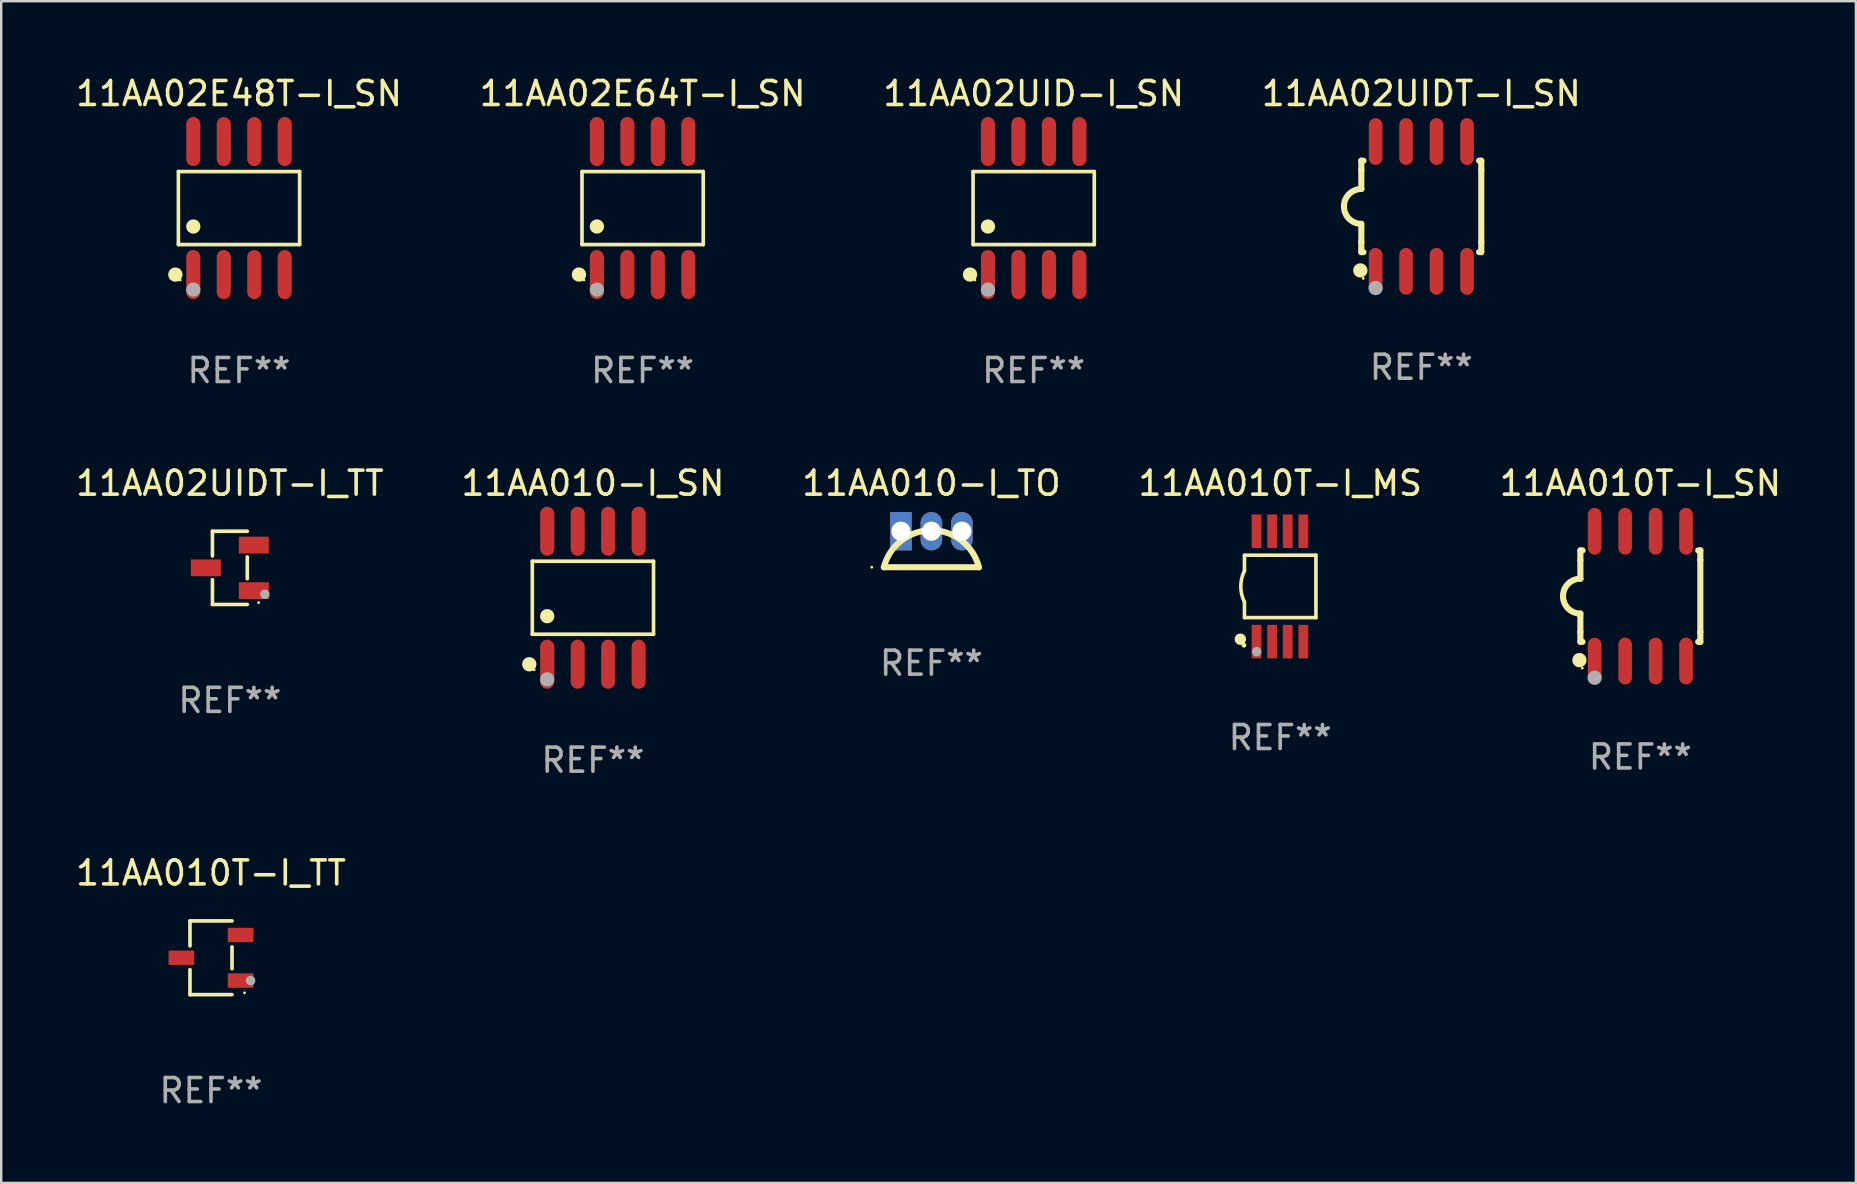
<source format=kicad_pcb>
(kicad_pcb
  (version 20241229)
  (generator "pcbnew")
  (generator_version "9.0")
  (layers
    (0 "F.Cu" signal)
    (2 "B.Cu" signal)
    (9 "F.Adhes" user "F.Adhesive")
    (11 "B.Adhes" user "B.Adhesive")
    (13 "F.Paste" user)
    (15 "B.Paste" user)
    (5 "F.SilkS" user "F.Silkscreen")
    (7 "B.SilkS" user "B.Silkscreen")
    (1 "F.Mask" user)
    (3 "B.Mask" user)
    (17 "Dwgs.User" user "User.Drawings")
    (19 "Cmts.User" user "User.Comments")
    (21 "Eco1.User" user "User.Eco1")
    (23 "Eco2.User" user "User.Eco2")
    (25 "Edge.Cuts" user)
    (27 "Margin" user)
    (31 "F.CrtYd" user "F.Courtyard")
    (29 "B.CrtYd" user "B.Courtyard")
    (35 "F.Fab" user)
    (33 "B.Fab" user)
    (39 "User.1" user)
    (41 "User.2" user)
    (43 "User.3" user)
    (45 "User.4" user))
  (footprint "11AA02E48T-I_SN"
    (layer "F.Cu")
    (at 6.911 5.621)
    (property "Reference" "11AA02E48T-I_SN" (at 0 -4.772 0) (layer "F.SilkS") (effects (font (size 1 1) (thickness 0.15))))
    (attr through_hole)
    (fp_line (start -2.526 -1.521) (end 2.526 -1.521) (stroke (width 0.152) (type solid)) (layer "F.SilkS"))
    (fp_line (start -2.526 1.521) (end -2.526 -1.521) (stroke (width 0.152) (type solid)) (layer "F.SilkS"))
    (fp_line (start 2.526 -1.521) (end 2.526 1.521) (stroke (width 0.152) (type solid)) (layer "F.SilkS"))
    (fp_line (start 2.526 1.521) (end -2.526 1.521) (stroke (width 0.152) (type solid)) (layer "F.SilkS"))
    (fp_circle (center -2.652 2.772) (end -2.501 2.772) (stroke (width 0.3) (type solid)) (fill no) (layer "F.SilkS"))
    (fp_circle (center -2.45 3) (end -2.42 3) (stroke (width 0.06) (type solid)) (fill no) (layer "F.SilkS"))
    (fp_circle (center -1.905 0.769) (end -1.755 0.769) (stroke (width 0.3) (type solid)) (fill no) (layer "F.SilkS"))
    (fp_circle (center -1.905 3.4) (end -1.755 3.4) (stroke (width 0.3) (type solid)) (fill no) (layer "F.Fab"))
    (fp_text user "REF**" (at 0 6.772 0) (layer "F.Fab") (effects (font (size 1 1) (thickness 0.15))))
    (pad "1" smd oval (at -1.905 2.772) (size 0.588 2.045) (layers "F.Cu" "F.Mask" "F.Paste"))
    (pad "2" smd oval (at -0.635 2.772) (size 0.588 2.045) (layers "F.Cu" "F.Mask" "F.Paste"))
    (pad "3" smd oval (at 0.635 2.772) (size 0.588 2.045) (layers "F.Cu" "F.Mask" "F.Paste"))
    (pad "4" smd oval (at 1.905 2.772) (size 0.588 2.045) (layers "F.Cu" "F.Mask" "F.Paste"))
    (pad "5" smd oval (at 1.905 -2.772) (size 0.588 2.045) (layers "F.Cu" "F.Mask" "F.Paste"))
    (pad "6" smd oval (at 0.635 -2.772) (size 0.588 2.045) (layers "F.Cu" "F.Mask" "F.Paste"))
    (pad "7" smd oval (at -0.635 -2.772) (size 0.588 2.045) (layers "F.Cu" "F.Mask" "F.Paste"))
    (pad "8" smd oval (at -1.905 -2.772) (size 0.588 2.045) (layers "F.Cu" "F.Mask" "F.Paste")))
  (footprint "11AA010T-I_SN"
    (layer "F.Cu")
    (at 65.315 21.795)
    (property "Reference" "11AA010T-I_SN" (at 0 -4.705 0) (layer "F.SilkS") (effects (font (size 1 1) (thickness 0.15))))
    (attr through_hole)
    (fp_line (start -2.5 -1.905) (end -2.409 -1.905) (stroke (width 0.254) (type solid)) (layer "F.SilkS"))
    (fp_line (start -2.5 -1.5) (end -2.5 -1.905) (stroke (width 0.254) (type solid)) (layer "F.SilkS"))
    (fp_line (start -2.5 -1.5) (end -2.5 -0.726) (stroke (width 0.254) (type solid)) (layer "F.SilkS"))
    (fp_line (start -2.5 1.5) (end -2.5 0.727) (stroke (width 0.254) (type solid)) (layer "F.SilkS"))
    (fp_line (start -2.5 1.5) (end -2.5 1.905) (stroke (width 0.254) (type solid)) (layer "F.SilkS"))
    (fp_line (start -2.5 1.905) (end -2.409 1.905) (stroke (width 0.254) (type solid)) (layer "F.SilkS"))
    (fp_line (start 2.5 -1.905) (end 2.409 -1.905) (stroke (width 0.254) (type solid)) (layer "F.SilkS"))
    (fp_line (start 2.5 -1.5) (end 2.5 -1.905) (stroke (width 0.254) (type solid)) (layer "F.SilkS"))
    (fp_line (start 2.5 -1.5) (end 2.5 1.5) (stroke (width 0.254) (type solid)) (layer "F.SilkS"))
    (fp_line (start 2.5 1.5) (end 2.5 1.905) (stroke (width 0.254) (type solid)) (layer "F.SilkS"))
    (fp_line (start 2.5 1.905) (end 2.409 1.905) (stroke (width 0.254) (type solid)) (layer "F.SilkS"))
    (fp_arc (start -2.5 0.726568) (mid -3.220316 -0.0023) (end -2.495097 -0.726289) (stroke (width 0.254001) (type solid)) (layer "F.SilkS"))
    (fp_circle (center -2.54 2.667) (end -2.39 2.667) (stroke (width 0.3) (type solid)) (fill no) (layer "F.SilkS"))
    (fp_circle (center -2.42 3) (end -2.39 3) (stroke (width 0.06) (type solid)) (fill no) (layer "F.SilkS"))
    (fp_circle (center -1.905 3.4) (end -1.755 3.4) (stroke (width 0.3) (type solid)) (fill no) (layer "F.Fab"))
    (fp_text user "REF**" (at 0 6.705 0) (layer "F.Fab") (effects (font (size 1 1) (thickness 0.15))))
    (pad "1" smd oval (at -1.905 2.705) (size 0.568 1.95) (layers "F.Cu" "F.Mask" "F.Paste"))
    (pad "2" smd oval (at -0.635 2.705) (size 0.568 1.95) (layers "F.Cu" "F.Mask" "F.Paste"))
    (pad "3" smd oval (at 0.635 2.705) (size 0.568 1.95) (layers "F.Cu" "F.Mask" "F.Paste"))
    (pad "4" smd oval (at 1.905 2.705) (size 0.568 1.95) (layers "F.Cu" "F.Mask" "F.Paste"))
    (pad "5" smd oval (at 1.905 -2.705) (size 0.568 1.95) (layers "F.Cu" "F.Mask" "F.Paste"))
    (pad "6" smd oval (at 0.635 -2.705) (size 0.568 1.95) (layers "F.Cu" "F.Mask" "F.Paste"))
    (pad "7" smd oval (at -0.635 -2.705) (size 0.568 1.95) (layers "F.Cu" "F.Mask" "F.Paste"))
    (pad "8" smd oval (at -1.905 -2.705) (size 0.568 1.95) (layers "F.Cu" "F.Mask" "F.Paste")))
  (footprint "11AA010-I_TO"
    (layer "F.Cu")
    (at 35.768 19.84)
    (property "Reference" "11AA010-I_TO" (at 0 -2.75 0) (layer "F.SilkS") (effects (font (size 1 1) (thickness 0.15))))
    (attr through_hole)
    (fp_line (start 1.98 0.75) (end -1.98 0.75) (stroke (width 0.254) (type solid)) (layer "F.SilkS"))
    (fp_arc (start -1.981204 0.751206) (mid 0 -0.789989) (end 1.981204 0.751207) (stroke (width 0.254001) (type solid)) (layer "F.SilkS"))
    (fp_circle (center -2.484 0.75) (end -2.454 0.75) (stroke (width 0.06) (type solid)) (fill no) (layer "F.SilkS"))
    (fp_text user "REF**" (at 0 4.75 0) (layer "F.Fab") (effects (font (size 1 1) (thickness 0.15))))
    (pad "1" thru_hole rect (at -1.27 -0.75) (size 0.9 1.6) (drill 0.8) (layers "*.Cu" "*.Mask"))
    (pad "2" thru_hole oval (at 0 -0.75) (size 0.9 1.6) (drill 0.8) (layers "*.Cu" "*.Mask"))
    (pad "3" thru_hole oval (at 1.27 -0.75) (size 0.9 1.6) (drill 0.8) (layers "*.Cu" "*.Mask")))
  (footprint "11AA02E64T-I_SN"
    (layer "F.Cu")
    (at 23.732 5.621)
    (property "Reference" "11AA02E64T-I_SN" (at 0 -4.772 0) (layer "F.SilkS") (effects (font (size 1 1) (thickness 0.15))))
    (attr through_hole)
    (fp_line (start -2.526 -1.521) (end 2.526 -1.521) (stroke (width 0.152) (type solid)) (layer "F.SilkS"))
    (fp_line (start -2.526 1.521) (end -2.526 -1.521) (stroke (width 0.152) (type solid)) (layer "F.SilkS"))
    (fp_line (start 2.526 -1.521) (end 2.526 1.521) (stroke (width 0.152) (type solid)) (layer "F.SilkS"))
    (fp_line (start 2.526 1.521) (end -2.526 1.521) (stroke (width 0.152) (type solid)) (layer "F.SilkS"))
    (fp_circle (center -2.652 2.772) (end -2.501 2.772) (stroke (width 0.3) (type solid)) (fill no) (layer "F.SilkS"))
    (fp_circle (center -2.45 3) (end -2.42 3) (stroke (width 0.06) (type solid)) (fill no) (layer "F.SilkS"))
    (fp_circle (center -1.905 0.769) (end -1.755 0.769) (stroke (width 0.3) (type solid)) (fill no) (layer "F.SilkS"))
    (fp_circle (center -1.905 3.4) (end -1.755 3.4) (stroke (width 0.3) (type solid)) (fill no) (layer "F.Fab"))
    (fp_text user "REF**" (at 0 6.772 0) (layer "F.Fab") (effects (font (size 1 1) (thickness 0.15))))
    (pad "1" smd oval (at -1.905 2.772) (size 0.588 2.045) (layers "F.Cu" "F.Mask" "F.Paste"))
    (pad "2" smd oval (at -0.635 2.772) (size 0.588 2.045) (layers "F.Cu" "F.Mask" "F.Paste"))
    (pad "3" smd oval (at 0.635 2.772) (size 0.588 2.045) (layers "F.Cu" "F.Mask" "F.Paste"))
    (pad "4" smd oval (at 1.905 2.772) (size 0.588 2.045) (layers "F.Cu" "F.Mask" "F.Paste"))
    (pad "5" smd oval (at 1.905 -2.772) (size 0.588 2.045) (layers "F.Cu" "F.Mask" "F.Paste"))
    (pad "6" smd oval (at 0.635 -2.772) (size 0.588 2.045) (layers "F.Cu" "F.Mask" "F.Paste"))
    (pad "7" smd oval (at -0.635 -2.772) (size 0.588 2.045) (layers "F.Cu" "F.Mask" "F.Paste"))
    (pad "8" smd oval (at -1.905 -2.772) (size 0.588 2.045) (layers "F.Cu" "F.Mask" "F.Paste")))
  (footprint "11AA010T-I_TT"
    (layer "F.Cu")
    (at 5.744 36.867)
    (property "Reference" "11AA010T-I_TT" (at 0 -3.536 0) (layer "F.SilkS") (effects (font (size 1 1) (thickness 0.15))))
    (attr through_hole)
    (fp_line (start -0.876 -1.536) (end -0.876 -0.495) (stroke (width 0.152) (type solid)) (layer "F.SilkS"))
    (fp_line (start -0.876 1.536) (end -0.876 0.495) (stroke (width 0.152) (type solid)) (layer "F.SilkS"))
    (fp_line (start 0.876 -1.536) (end -0.876 -1.536) (stroke (width 0.152) (type solid)) (layer "F.SilkS"))
    (fp_line (start 0.876 -0.455) (end 0.876 0.455) (stroke (width 0.152) (type solid)) (layer "F.SilkS"))
    (fp_line (start 0.876 1.536) (end -0.876 1.536) (stroke (width 0.152) (type solid)) (layer "F.SilkS"))
    (fp_circle (center 1.4 1.46) (end 1.43 1.46) (stroke (width 0.06) (type solid)) (fill no) (layer "F.SilkS"))
    (fp_circle (center 1.651 0.95) (end 1.751 0.95) (stroke (width 0.2) (type solid)) (fill no) (layer "F.Fab"))
    (fp_text user "REF**" (at 0 5.536 0) (layer "F.Fab") (effects (font (size 1 1) (thickness 0.15))))
    (pad "1" smd rect (at 1.235 0.95) (size 1.07 0.6) (layers "F.Cu" "F.Mask" "F.Paste"))
    (pad "2" smd rect (at 1.235 -0.95) (size 1.07 0.6) (layers "F.Cu" "F.Mask" "F.Paste"))
    (pad "3" smd rect (at -1.235 0) (size 1.07 0.6) (layers "F.Cu" "F.Mask" "F.Paste")))
  (footprint "11AA010-I_SN"
    (layer "F.Cu")
    (at 21.661 21.862)
    (property "Reference" "11AA010-I_SN" (at 0 -4.772 0) (layer "F.SilkS") (effects (font (size 1 1) (thickness 0.15))))
    (attr through_hole)
    (fp_line (start -2.526 -1.521) (end 2.526 -1.521) (stroke (width 0.152) (type solid)) (layer "F.SilkS"))
    (fp_line (start -2.526 1.521) (end -2.526 -1.521) (stroke (width 0.152) (type solid)) (layer "F.SilkS"))
    (fp_line (start 2.526 -1.521) (end 2.526 1.521) (stroke (width 0.152) (type solid)) (layer "F.SilkS"))
    (fp_line (start 2.526 1.521) (end -2.526 1.521) (stroke (width 0.152) (type solid)) (layer "F.SilkS"))
    (fp_circle (center -2.652 2.772) (end -2.501 2.772) (stroke (width 0.3) (type solid)) (fill no) (layer "F.SilkS"))
    (fp_circle (center -2.45 3) (end -2.42 3) (stroke (width 0.06) (type solid)) (fill no) (layer "F.SilkS"))
    (fp_circle (center -1.905 0.769) (end -1.755 0.769) (stroke (width 0.3) (type solid)) (fill no) (layer "F.SilkS"))
    (fp_circle (center -1.905 3.4) (end -1.755 3.4) (stroke (width 0.3) (type solid)) (fill no) (layer "F.Fab"))
    (fp_text user "REF**" (at 0 6.772 0) (layer "F.Fab") (effects (font (size 1 1) (thickness 0.15))))
    (pad "1" smd oval (at -1.905 2.772) (size 0.588 2.045) (layers "F.Cu" "F.Mask" "F.Paste"))
    (pad "2" smd oval (at -0.635 2.772) (size 0.588 2.045) (layers "F.Cu" "F.Mask" "F.Paste"))
    (pad "3" smd oval (at 0.635 2.772) (size 0.588 2.045) (layers "F.Cu" "F.Mask" "F.Paste"))
    (pad "4" smd oval (at 1.905 2.772) (size 0.588 2.045) (layers "F.Cu" "F.Mask" "F.Paste"))
    (pad "5" smd oval (at 1.905 -2.772) (size 0.588 2.045) (layers "F.Cu" "F.Mask" "F.Paste"))
    (pad "6" smd oval (at 0.635 -2.772) (size 0.588 2.045) (layers "F.Cu" "F.Mask" "F.Paste"))
    (pad "7" smd oval (at -0.635 -2.772) (size 0.588 2.045) (layers "F.Cu" "F.Mask" "F.Paste"))
    (pad "8" smd oval (at -1.905 -2.772) (size 0.588 2.045) (layers "F.Cu" "F.Mask" "F.Paste")))
  (footprint "11AA02UIDT-I_TT"
    (layer "F.Cu")
    (at 6.53 20.616)
    (property "Reference" "11AA02UIDT-I_TT" (at 0 -3.526 0) (layer "F.SilkS") (effects (font (size 1 1) (thickness 0.15))))
    (attr through_hole)
    (fp_line (start -0.726 -1.526) (end -0.726 -0.495) (stroke (width 0.152) (type solid)) (layer "F.SilkS"))
    (fp_line (start -0.726 1.526) (end -0.726 0.495) (stroke (width 0.152) (type solid)) (layer "F.SilkS"))
    (fp_line (start 0.726 -1.526) (end -0.726 -1.526) (stroke (width 0.152) (type solid)) (layer "F.SilkS"))
    (fp_line (start 0.726 -0.455) (end 0.726 0.455) (stroke (width 0.152) (type solid)) (layer "F.SilkS"))
    (fp_line (start 0.726 1.526) (end -0.726 1.526) (stroke (width 0.152) (type solid)) (layer "F.SilkS"))
    (fp_circle (center 1.2 1.45) (end 1.23 1.45) (stroke (width 0.06) (type solid)) (fill no) (layer "F.SilkS"))
    (fp_circle (center 1.46 1.1) (end 1.56 1.1) (stroke (width 0.2) (type solid)) (fill no) (layer "F.Fab"))
    (fp_text user "REF**" (at 0 5.526 0) (layer "F.Fab") (effects (font (size 1 1) (thickness 0.15))))
    (pad "1" smd rect (at 1 0.95) (size 1.25 0.7) (layers "F.Cu" "F.Mask" "F.Paste"))
    (pad "2" smd rect (at 1 -0.95) (size 1.25 0.7) (layers "F.Cu" "F.Mask" "F.Paste"))
    (pad "3" smd rect (at -1 0) (size 1.25 0.7) (layers "F.Cu" "F.Mask" "F.Paste")))
  (footprint "11AA010T-I_MS"
    (layer "F.Cu")
    (at 50.304 21.39)
    (property "Reference" "11AA010T-I_MS" (at 0 -4.3 0) (layer "F.SilkS") (effects (font (size 1 1) (thickness 0.15))))
    (attr through_hole)
    (fp_line (start -1.489 -1.3) (end -1.489 -0.648) (stroke (width 0.15) (type solid)) (layer "F.SilkS"))
    (fp_line (start -1.489 0.648) (end -1.489 1.3) (stroke (width 0.15) (type solid)) (layer "F.SilkS"))
    (fp_line (start -1.489 1.3) (end 1.489 1.3) (stroke (width 0.15) (type solid)) (layer "F.SilkS"))
    (fp_line (start 1.489 -1.3) (end -1.489 -1.3) (stroke (width 0.15) (type solid)) (layer "F.SilkS"))
    (fp_line (start 1.489 1.3) (end 1.489 -1.3) (stroke (width 0.15) (type solid)) (layer "F.SilkS"))
    (fp_arc (start -1.489205 0.647702) (mid -1.642107 0) (end -1.489205 -0.647701) (stroke (width 0.150013) (type solid)) (layer "F.SilkS"))
    (fp_circle (center -1.661 2.2) (end -1.541 2.2) (stroke (width 0.24) (type solid)) (fill no) (layer "F.SilkS"))
    (fp_circle (center -1.511 2.45) (end -1.461 2.45) (stroke (width 0.1) (type solid)) (fill no) (layer "F.SilkS"))
    (fp_circle (center -0.981 2.72) (end -0.881 2.72) (stroke (width 0.2) (type solid)) (fill no) (layer "F.Fab"))
    (fp_text user "REF**" (at 0 6.3 0) (layer "F.Fab") (effects (font (size 1 1) (thickness 0.15))))
    (pad "1" smd rect (at -0.986 2.3) (size 0.406 1.397) (layers "F.Cu" "F.Mask" "F.Paste"))
    (pad "2" smd rect (at -0.336 2.3) (size 0.406 1.397) (layers "F.Cu" "F.Mask" "F.Paste"))
    (pad "3" smd rect (at 0.314 2.3) (size 0.406 1.397) (layers "F.Cu" "F.Mask" "F.Paste"))
    (pad "4" smd rect (at 0.964 2.3) (size 0.406 1.397) (layers "F.Cu" "F.Mask" "F.Paste"))
    (pad "5" smd rect (at 0.964 -2.3) (size 0.406 1.397) (layers "F.Cu" "F.Mask" "F.Paste"))
    (pad "6" smd rect (at 0.314 -2.3) (size 0.406 1.397) (layers "F.Cu" "F.Mask" "F.Paste"))
    (pad "7" smd rect (at -0.336 -2.3) (size 0.406 1.397) (layers "F.Cu" "F.Mask" "F.Paste"))
    (pad "8" smd rect (at -0.986 -2.3) (size 0.406 1.397) (layers "F.Cu" "F.Mask" "F.Paste")))
  (footprint "11AA02UID-I_SN"
    (layer "F.Cu")
    (at 40.03 5.621)
    (property "Reference" "11AA02UID-I_SN" (at 0 -4.772 0) (layer "F.SilkS") (effects (font (size 1 1) (thickness 0.15))))
    (attr through_hole)
    (fp_line (start -2.526 -1.521) (end 2.526 -1.521) (stroke (width 0.152) (type solid)) (layer "F.SilkS"))
    (fp_line (start -2.526 1.521) (end -2.526 -1.521) (stroke (width 0.152) (type solid)) (layer "F.SilkS"))
    (fp_line (start 2.526 -1.521) (end 2.526 1.521) (stroke (width 0.152) (type solid)) (layer "F.SilkS"))
    (fp_line (start 2.526 1.521) (end -2.526 1.521) (stroke (width 0.152) (type solid)) (layer "F.SilkS"))
    (fp_circle (center -2.652 2.772) (end -2.501 2.772) (stroke (width 0.3) (type solid)) (fill no) (layer "F.SilkS"))
    (fp_circle (center -2.45 3) (end -2.42 3) (stroke (width 0.06) (type solid)) (fill no) (layer "F.SilkS"))
    (fp_circle (center -1.905 0.769) (end -1.755 0.769) (stroke (width 0.3) (type solid)) (fill no) (layer "F.SilkS"))
    (fp_circle (center -1.905 3.4) (end -1.755 3.4) (stroke (width 0.3) (type solid)) (fill no) (layer "F.Fab"))
    (fp_text user "REF**" (at 0 6.772 0) (layer "F.Fab") (effects (font (size 1 1) (thickness 0.15))))
    (pad "1" smd oval (at -1.905 2.772) (size 0.588 2.045) (layers "F.Cu" "F.Mask" "F.Paste"))
    (pad "2" smd oval (at -0.635 2.772) (size 0.588 2.045) (layers "F.Cu" "F.Mask" "F.Paste"))
    (pad "3" smd oval (at 0.635 2.772) (size 0.588 2.045) (layers "F.Cu" "F.Mask" "F.Paste"))
    (pad "4" smd oval (at 1.905 2.772) (size 0.588 2.045) (layers "F.Cu" "F.Mask" "F.Paste"))
    (pad "5" smd oval (at 1.905 -2.772) (size 0.588 2.045) (layers "F.Cu" "F.Mask" "F.Paste"))
    (pad "6" smd oval (at 0.635 -2.772) (size 0.588 2.045) (layers "F.Cu" "F.Mask" "F.Paste"))
    (pad "7" smd oval (at -0.635 -2.772) (size 0.588 2.045) (layers "F.Cu" "F.Mask" "F.Paste"))
    (pad "8" smd oval (at -1.905 -2.772) (size 0.588 2.045) (layers "F.Cu" "F.Mask" "F.Paste")))
  (footprint "11AA02UIDT-I_SN"
    (layer "F.Cu")
    (at 56.185 5.553)
    (property "Reference" "11AA02UIDT-I_SN" (at 0 -4.705 0) (layer "F.SilkS") (effects (font (size 1 1) (thickness 0.15))))
    (attr through_hole)
    (fp_line (start -2.5 -1.905) (end -2.409 -1.905) (stroke (width 0.254) (type solid)) (layer "F.SilkS"))
    (fp_line (start -2.5 -1.5) (end -2.5 -1.905) (stroke (width 0.254) (type solid)) (layer "F.SilkS"))
    (fp_line (start -2.5 -1.5) (end -2.5 -0.726) (stroke (width 0.254) (type solid)) (layer "F.SilkS"))
    (fp_line (start -2.5 1.5) (end -2.5 0.727) (stroke (width 0.254) (type solid)) (layer "F.SilkS"))
    (fp_line (start -2.5 1.5) (end -2.5 1.905) (stroke (width 0.254) (type solid)) (layer "F.SilkS"))
    (fp_line (start -2.5 1.905) (end -2.409 1.905) (stroke (width 0.254) (type solid)) (layer "F.SilkS"))
    (fp_line (start 2.5 -1.905) (end 2.409 -1.905) (stroke (width 0.254) (type solid)) (layer "F.SilkS"))
    (fp_line (start 2.5 -1.5) (end 2.5 -1.905) (stroke (width 0.254) (type solid)) (layer "F.SilkS"))
    (fp_line (start 2.5 -1.5) (end 2.5 1.5) (stroke (width 0.254) (type solid)) (layer "F.SilkS"))
    (fp_line (start 2.5 1.5) (end 2.5 1.905) (stroke (width 0.254) (type solid)) (layer "F.SilkS"))
    (fp_line (start 2.5 1.905) (end 2.409 1.905) (stroke (width 0.254) (type solid)) (layer "F.SilkS"))
    (fp_arc (start -2.5 0.726568) (mid -3.220316 -0.0023) (end -2.495097 -0.726289) (stroke (width 0.254001) (type solid)) (layer "F.SilkS"))
    (fp_circle (center -2.54 2.667) (end -2.39 2.667) (stroke (width 0.3) (type solid)) (fill no) (layer "F.SilkS"))
    (fp_circle (center -2.42 3) (end -2.39 3) (stroke (width 0.06) (type solid)) (fill no) (layer "F.SilkS"))
    (fp_circle (center -1.905 3.4) (end -1.755 3.4) (stroke (width 0.3) (type solid)) (fill no) (layer "F.Fab"))
    (fp_text user "REF**" (at 0 6.705 0) (layer "F.Fab") (effects (font (size 1 1) (thickness 0.15))))
    (pad "1" smd oval (at -1.905 2.705) (size 0.568 1.95) (layers "F.Cu" "F.Mask" "F.Paste"))
    (pad "2" smd oval (at -0.635 2.705) (size 0.568 1.95) (layers "F.Cu" "F.Mask" "F.Paste"))
    (pad "3" smd oval (at 0.635 2.705) (size 0.568 1.95) (layers "F.Cu" "F.Mask" "F.Paste"))
    (pad "4" smd oval (at 1.905 2.705) (size 0.568 1.95) (layers "F.Cu" "F.Mask" "F.Paste"))
    (pad "5" smd oval (at 1.905 -2.705) (size 0.568 1.95) (layers "F.Cu" "F.Mask" "F.Paste"))
    (pad "6" smd oval (at 0.635 -2.705) (size 0.568 1.95) (layers "F.Cu" "F.Mask" "F.Paste"))
    (pad "7" smd oval (at -0.635 -2.705) (size 0.568 1.95) (layers "F.Cu" "F.Mask" "F.Paste"))
    (pad "8" smd oval (at -1.905 -2.705) (size 0.568 1.95) (layers "F.Cu" "F.Mask" "F.Paste")))
  (gr_rect
    (start -3 -3)
    (end 74.298 46.252)
    (stroke (width 0.1) (type default))
    (fill no)
    (layer "Edge.Cuts")))
</source>
